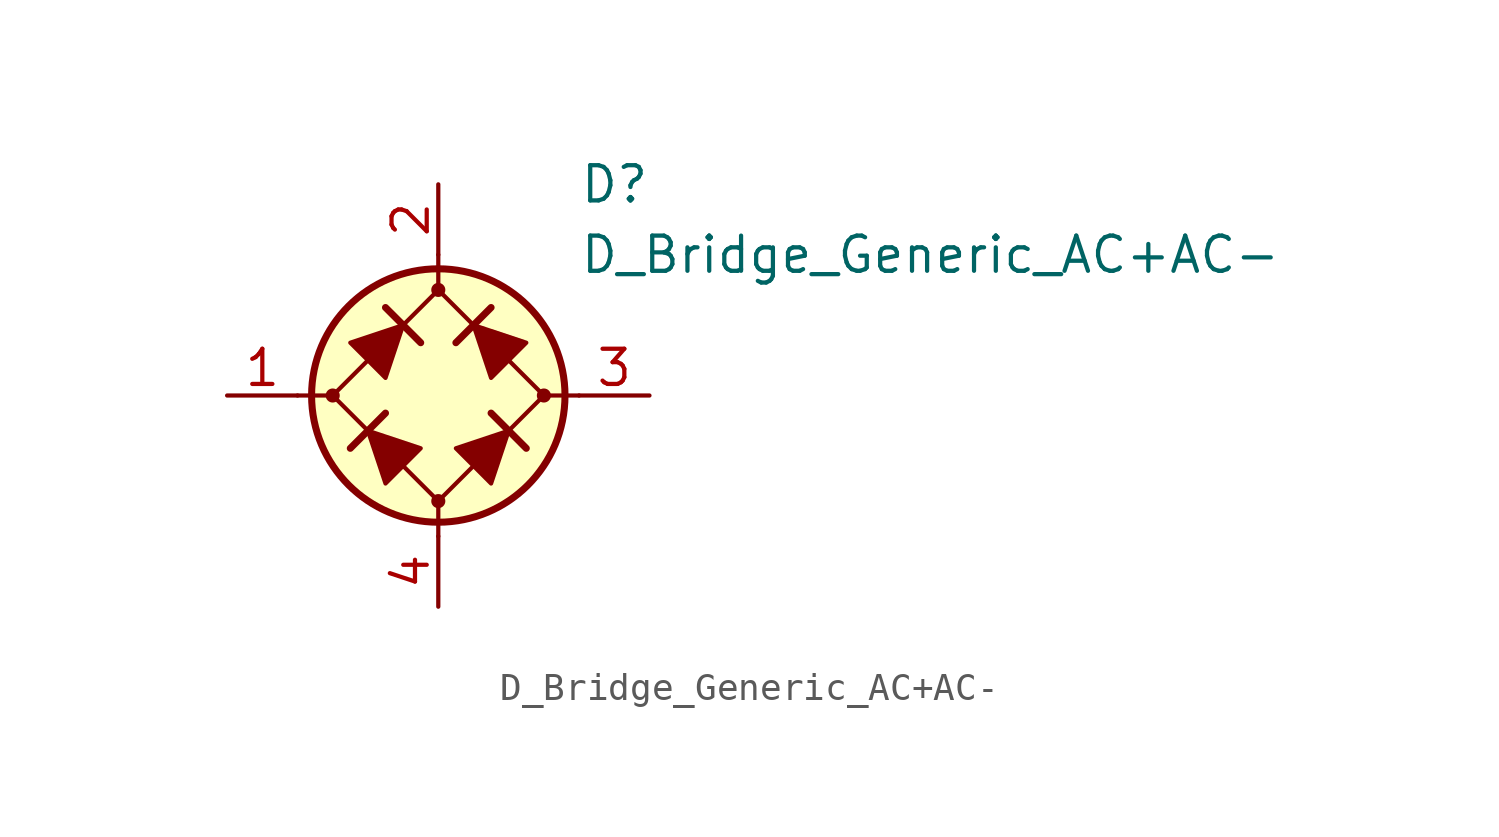
<source format=kicad_sym>
(kicad_symbol_lib
  (version 20201005)
  (generator kicad_symbol_editor)
  (symbol "Diode_Bridge_AKL:D_Bridge_Generic_AC+AC-"
    (pin_names
      (offset 1.016) hide)
    (property "Reference" "D"
      (at 5.08 7.62 0)
      (effects (font (size 1.27 1.27)) (justify left)))
    (property "Value" "D_Bridge_Generic_AC+AC-"
      (at 5.08 5.08 0)
      (effects (font (size 1.27 1.27)) (justify left)))
    (symbol "D_Bridge_Generic_AC+AC-_0_1"
      (circle (center -3.81 0) (radius 0.178) (stroke (width 0)) (fill (type outline)))
      (circle (center 0 0) (radius 4.572) (stroke (width 0.254)) (fill (type background)))
      (polyline (pts (xy -5.08 0) (xy -3.81 0)) (stroke (width 0)) (fill (type none)))
      (polyline (pts (xy -1.905 -0.635) (xy -3.175 -1.905)) (stroke (width 0.254)) (fill (type none)))
      (polyline (pts (xy -1.905 3.175) (xy -0.635 1.905)) (stroke (width 0.254)) (fill (type none)))
      (polyline (pts (xy 0 -5.08) (xy 0 -3.81)) (stroke (width 0)) (fill (type none)))
      (polyline (pts (xy 0 5.08) (xy 0 3.81)) (stroke (width 0)) (fill (type none)))
      (polyline (pts (xy 1.905 3.175) (xy 0.635 1.905)) (stroke (width 0.254)) (fill (type none)))
      (polyline (pts (xy 3.175 -1.905) (xy 1.905 -0.635)) (stroke (width 0.254)) (fill (type none)))
      (polyline (pts (xy 5.08 0) (xy 3.81 0)) (stroke (width 0)) (fill (type none)))
      (polyline (pts (xy 0 3.81) (xy -3.81 0) (xy 0 -3.81) (xy 3.81 0) (xy 0 3.81)) (stroke (width 0)) (fill (type none)))
      (polyline (pts (xy -2.54 -1.27) (xy -1.905 -3.175) (xy -0.635 -1.905) (xy -2.54 -1.27)) (stroke (width 0)) (fill (type outline)))
      (polyline (pts (xy -1.27 2.54) (xy -1.905 0.635) (xy -3.175 1.905) (xy -1.27 2.54)) (stroke (width 0)) (fill (type outline)))
      (polyline (pts (xy 1.27 2.54) (xy 3.175 1.905) (xy 1.905 0.635) (xy 1.27 2.54)) (stroke (width 0)) (fill (type outline)))
      (polyline (pts (xy 2.54 -1.27) (xy 0.635 -1.905) (xy 1.905 -3.175) (xy 2.54 -1.27)) (stroke (width 0)) (fill (type outline))))
    (symbol "D_Bridge_Generic_AC+AC-_1_1"
      (circle (center 0 -3.81) (radius 0.178) (stroke (width 0)) (fill (type outline)))
      (circle (center 0 3.81) (radius 0.178) (stroke (width 0)) (fill (type outline)))
      (circle (center 3.81 0) (radius 0.178) (stroke (width 0)) (fill (type outline)))
      (pin passive line (at -7.62 0 0) (length 2.54) (name "1" (effects (font (size 1.27 1.27)))) (number "1" (effects (font (size 1.27 1.27)))))
      (pin passive line (at 0 7.62 270) (length 2.54) (name "+" (effects (font (size 1.27 1.27)))) (number "2" (effects (font (size 1.27 1.27)))))
      (pin passive line (at 7.62 0 180) (length 2.54) (name "2" (effects (font (size 1.27 1.27)))) (number "3" (effects (font (size 1.27 1.27)))))
      (pin passive line (at 0 -7.62 90) (length 2.54) (name "-" (effects (font (size 1.27 1.27)))) (number "4" (effects (font (size 1.27 1.27))))))))
</source>
